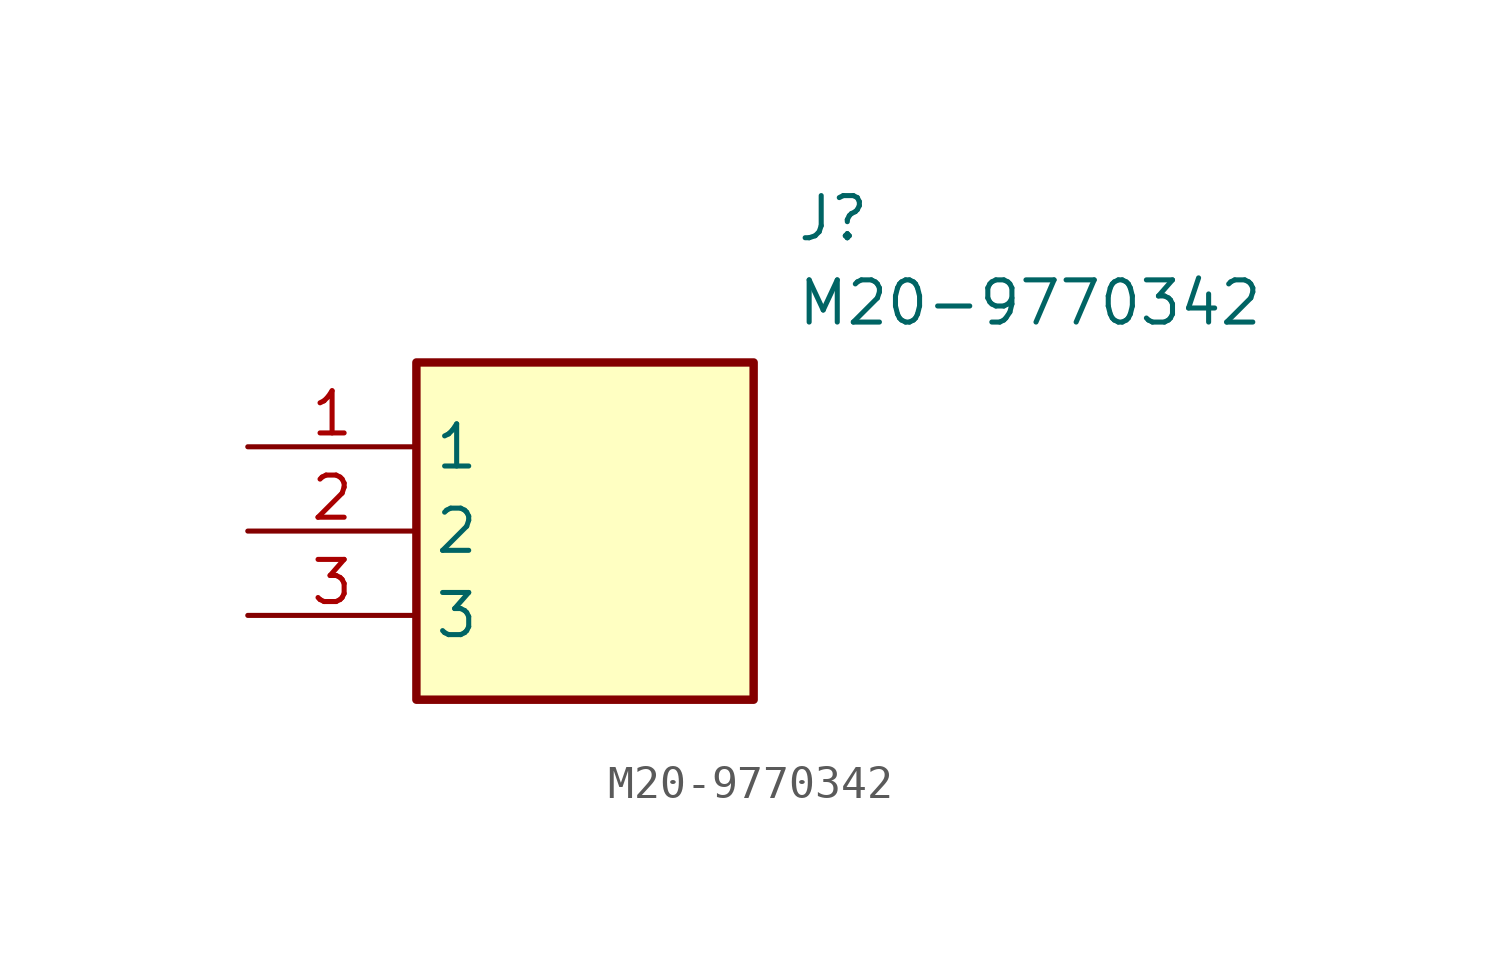
<source format=kicad_sym>
(kicad_symbol_lib
  (version 20241209)
  (generator "kicad_symbol_editor")
  (generator_version "9.0")
  (symbol "M20-9770342"
    (property "Reference" "J"
      (at 16.51 7.62 0)
      (effects (font (size 1.27 1.27)) (justify left top)))
    (property "Value" "M20-9770342"
      (at 16.51 5.08 0)
      (effects (font (size 1.27 1.27)) (justify left top)))
    (symbol "M20-9770342_1_1"
      (rectangle (start 5.08 2.54) (end 15.24 -7.62) (stroke (width 0.254) (type default)) (fill (type background)))
      (pin passive line (at 0 0 0) (length 5.08) (name "1" (effects (font (size 1.27 1.27)))) (number "1" (effects (font (size 1.27 1.27)))))
      (pin passive line (at 0 -2.54 0) (length 5.08) (name "2" (effects (font (size 1.27 1.27)))) (number "2" (effects (font (size 1.27 1.27)))))
      (pin passive line (at 0 -5.08 0) (length 5.08) (name "3" (effects (font (size 1.27 1.27)))) (number "3" (effects (font (size 1.27 1.27))))))))
</source>
